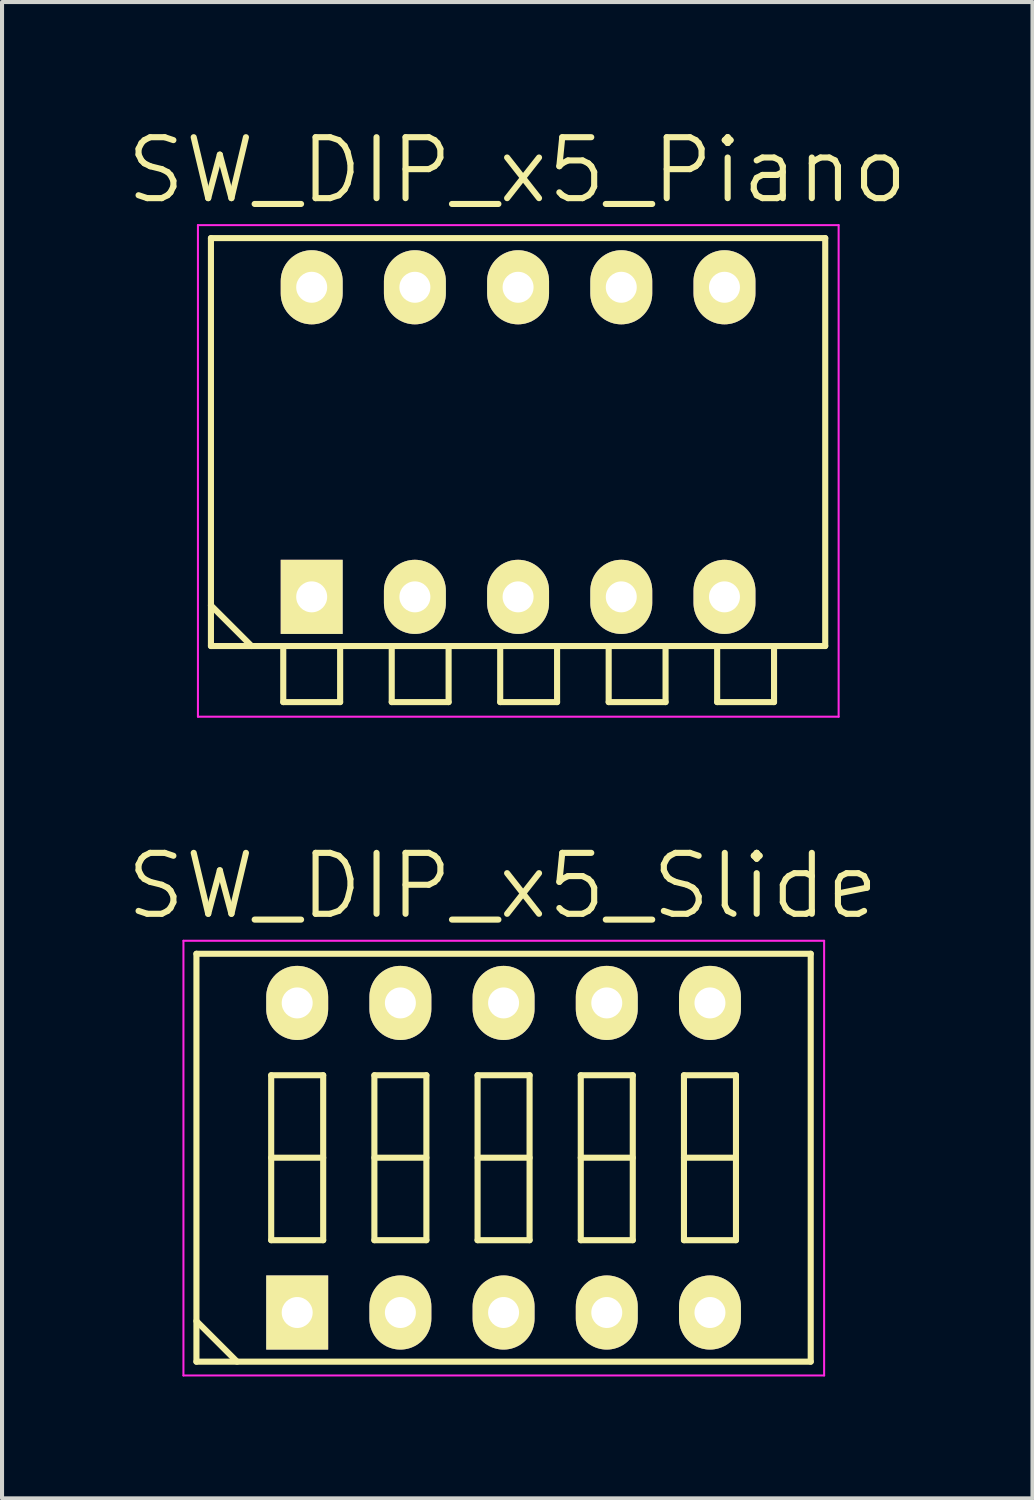
<source format=kicad_pcb>
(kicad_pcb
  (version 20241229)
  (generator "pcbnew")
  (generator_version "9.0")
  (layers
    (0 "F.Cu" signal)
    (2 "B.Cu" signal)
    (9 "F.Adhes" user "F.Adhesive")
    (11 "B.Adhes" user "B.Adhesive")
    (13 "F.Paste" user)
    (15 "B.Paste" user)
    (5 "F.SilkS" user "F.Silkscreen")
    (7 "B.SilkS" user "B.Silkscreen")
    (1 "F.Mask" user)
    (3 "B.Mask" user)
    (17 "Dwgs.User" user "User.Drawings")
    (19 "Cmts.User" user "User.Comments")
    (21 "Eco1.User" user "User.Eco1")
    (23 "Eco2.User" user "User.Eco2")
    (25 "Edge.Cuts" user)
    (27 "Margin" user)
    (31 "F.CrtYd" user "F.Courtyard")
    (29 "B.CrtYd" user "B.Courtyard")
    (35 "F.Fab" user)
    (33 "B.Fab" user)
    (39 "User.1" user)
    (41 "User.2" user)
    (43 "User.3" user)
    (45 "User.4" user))
  (footprint "SW_DIP_x5_Piano"
    (layer "F.Cu")
    (at 4.622 11.641)
    (property "Reference" "SW_DIP_x5_Piano" (at 5.06 -10.5 0) (layer "F.SilkS") (effects (font (size 1.5 1.5) (thickness 0.15))))
    (attr through_hole)
    (fp_line (start -2.48 -8.83) (end 12.64 -8.83) (stroke (width 0.15) (type solid)) (layer "F.SilkS"))
    (fp_line (start -2.48 0.21) (end -1.48 1.21) (stroke (width 0.15) (type solid)) (layer "F.SilkS"))
    (fp_line (start -2.48 1.21) (end -2.48 -8.83) (stroke (width 0.15) (type solid)) (layer "F.SilkS"))
    (fp_line (start -0.7 1.22) (end -0.7 2.59) (stroke (width 0.15) (type solid)) (layer "F.SilkS"))
    (fp_line (start -0.7 2.59) (end 0.7 2.59) (stroke (width 0.15) (type solid)) (layer "F.SilkS"))
    (fp_line (start 0.7 2.59) (end 0.7 1.22) (stroke (width 0.15) (type solid)) (layer "F.SilkS"))
    (fp_line (start 1.97 1.22) (end 1.97 2.59) (stroke (width 0.15) (type solid)) (layer "F.SilkS"))
    (fp_line (start 1.97 2.59) (end 3.37 2.59) (stroke (width 0.15) (type solid)) (layer "F.SilkS"))
    (fp_line (start 3.37 2.59) (end 3.37 1.22) (stroke (width 0.15) (type solid)) (layer "F.SilkS"))
    (fp_line (start 4.64 1.22) (end 4.64 2.59) (stroke (width 0.15) (type solid)) (layer "F.SilkS"))
    (fp_line (start 4.64 2.59) (end 6.04 2.59) (stroke (width 0.15) (type solid)) (layer "F.SilkS"))
    (fp_line (start 6.04 2.59) (end 6.04 1.22) (stroke (width 0.15) (type solid)) (layer "F.SilkS"))
    (fp_line (start 7.31 1.22) (end 7.31 2.59) (stroke (width 0.15) (type solid)) (layer "F.SilkS"))
    (fp_line (start 7.31 2.59) (end 8.71 2.59) (stroke (width 0.15) (type solid)) (layer "F.SilkS"))
    (fp_line (start 8.71 2.59) (end 8.71 1.22) (stroke (width 0.15) (type solid)) (layer "F.SilkS"))
    (fp_line (start 9.98 1.22) (end 9.98 2.59) (stroke (width 0.15) (type solid)) (layer "F.SilkS"))
    (fp_line (start 9.98 2.59) (end 11.38 2.59) (stroke (width 0.15) (type solid)) (layer "F.SilkS"))
    (fp_line (start 11.38 2.59) (end 11.38 1.22) (stroke (width 0.15) (type solid)) (layer "F.SilkS"))
    (fp_line (start 12.64 -8.83) (end 12.64 1.21) (stroke (width 0.15) (type solid)) (layer "F.SilkS"))
    (fp_line (start 12.64 1.21) (end -2.48 1.21) (stroke (width 0.15) (type solid)) (layer "F.SilkS"))
    (fp_line (start -2.8 -9.15) (end -2.8 2.95) (stroke (width 0.05) (type solid)) (layer "F.CrtYd"))
    (fp_line (start -2.8 2.95) (end 12.97 2.95) (stroke (width 0.05) (type solid)) (layer "F.CrtYd"))
    (fp_line (start 12.97 -9.15) (end -2.8 -9.15) (stroke (width 0.05) (type solid)) (layer "F.CrtYd"))
    (fp_line (start 12.97 2.95) (end 12.97 -9.15) (stroke (width 0.05) (type solid)) (layer "F.CrtYd"))
    (pad "1" thru_hole rect (at 0 0) (size 1.524 1.824) (drill 0.762) (layers "*.Cu" "*.Mask" "F.SilkS"))
    (pad "2" thru_hole oval (at 2.54 0) (size 1.524 1.824) (drill 0.762) (layers "*.Cu" "*.Mask" "F.SilkS"))
    (pad "3" thru_hole oval (at 5.08 0) (size 1.524 1.824) (drill 0.762) (layers "*.Cu" "*.Mask" "F.SilkS"))
    (pad "4" thru_hole oval (at 7.62 0) (size 1.524 1.824) (drill 0.762) (layers "*.Cu" "*.Mask" "F.SilkS"))
    (pad "5" thru_hole oval (at 10.16 0) (size 1.524 1.824) (drill 0.762) (layers "*.Cu" "*.Mask" "F.SilkS"))
    (pad "6" thru_hole oval (at 10.16 -7.62) (size 1.524 1.824) (drill 0.762) (layers "*.Cu" "*.Mask" "F.SilkS"))
    (pad "7" thru_hole oval (at 7.62 -7.62) (size 1.524 1.824) (drill 0.762) (layers "*.Cu" "*.Mask" "F.SilkS"))
    (pad "8" thru_hole oval (at 5.08 -7.62) (size 1.524 1.824) (drill 0.762) (layers "*.Cu" "*.Mask" "F.SilkS"))
    (pad "9" thru_hole oval (at 2.54 -7.62) (size 1.524 1.824) (drill 0.762) (layers "*.Cu" "*.Mask" "F.SilkS"))
    (pad "10" thru_hole oval (at 0 -7.62) (size 1.524 1.824) (drill 0.762) (layers "*.Cu" "*.Mask" "F.SilkS")))
  (footprint "SW_DIP_x5_Slide"
    (layer "F.Cu")
    (at 4.265 29.256)
    (property "Reference" "SW_DIP_x5_Slide" (at 5.06 -10.5 0) (layer "F.SilkS") (effects (font (size 1.5 1.5) (thickness 0.15))))
    (attr through_hole)
    (fp_line (start -2.48 -8.83) (end 12.64 -8.83) (stroke (width 0.15) (type solid)) (layer "F.SilkS"))
    (fp_line (start -2.48 0.21) (end -1.48 1.21) (stroke (width 0.15) (type solid)) (layer "F.SilkS"))
    (fp_line (start -2.48 1.21) (end -2.48 -8.83) (stroke (width 0.15) (type solid)) (layer "F.SilkS"))
    (fp_line (start -0.64 -5.84) (end -0.64 -1.78) (stroke (width 0.15) (type solid)) (layer "F.SilkS"))
    (fp_line (start -0.64 -3.81) (end 0.64 -3.81) (stroke (width 0.15) (type solid)) (layer "F.SilkS"))
    (fp_line (start -0.64 -1.78) (end 0.64 -1.78) (stroke (width 0.15) (type solid)) (layer "F.SilkS"))
    (fp_line (start 0.64 -5.84) (end -0.64 -5.84) (stroke (width 0.15) (type solid)) (layer "F.SilkS"))
    (fp_line (start 0.64 -1.78) (end 0.64 -5.84) (stroke (width 0.15) (type solid)) (layer "F.SilkS"))
    (fp_line (start 1.9 -5.84) (end 1.9 -1.78) (stroke (width 0.15) (type solid)) (layer "F.SilkS"))
    (fp_line (start 1.9 -3.81) (end 3.18 -3.81) (stroke (width 0.15) (type solid)) (layer "F.SilkS"))
    (fp_line (start 1.9 -1.78) (end 3.18 -1.78) (stroke (width 0.15) (type solid)) (layer "F.SilkS"))
    (fp_line (start 3.18 -5.84) (end 1.9 -5.84) (stroke (width 0.15) (type solid)) (layer "F.SilkS"))
    (fp_line (start 3.18 -1.78) (end 3.18 -5.84) (stroke (width 0.15) (type solid)) (layer "F.SilkS"))
    (fp_line (start 4.44 -5.84) (end 4.44 -1.78) (stroke (width 0.15) (type solid)) (layer "F.SilkS"))
    (fp_line (start 4.44 -3.81) (end 5.72 -3.81) (stroke (width 0.15) (type solid)) (layer "F.SilkS"))
    (fp_line (start 4.44 -1.78) (end 5.72 -1.78) (stroke (width 0.15) (type solid)) (layer "F.SilkS"))
    (fp_line (start 5.72 -5.84) (end 4.44 -5.84) (stroke (width 0.15) (type solid)) (layer "F.SilkS"))
    (fp_line (start 5.72 -1.78) (end 5.72 -5.84) (stroke (width 0.15) (type solid)) (layer "F.SilkS"))
    (fp_line (start 6.98 -5.84) (end 6.98 -1.78) (stroke (width 0.15) (type solid)) (layer "F.SilkS"))
    (fp_line (start 6.98 -3.81) (end 8.26 -3.81) (stroke (width 0.15) (type solid)) (layer "F.SilkS"))
    (fp_line (start 6.98 -1.78) (end 8.26 -1.78) (stroke (width 0.15) (type solid)) (layer "F.SilkS"))
    (fp_line (start 8.26 -5.84) (end 6.98 -5.84) (stroke (width 0.15) (type solid)) (layer "F.SilkS"))
    (fp_line (start 8.26 -1.78) (end 8.26 -5.84) (stroke (width 0.15) (type solid)) (layer "F.SilkS"))
    (fp_line (start 9.52 -5.84) (end 9.52 -1.78) (stroke (width 0.15) (type solid)) (layer "F.SilkS"))
    (fp_line (start 9.52 -3.81) (end 10.8 -3.81) (stroke (width 0.15) (type solid)) (layer "F.SilkS"))
    (fp_line (start 9.52 -1.78) (end 10.8 -1.78) (stroke (width 0.15) (type solid)) (layer "F.SilkS"))
    (fp_line (start 10.8 -5.84) (end 9.52 -5.84) (stroke (width 0.15) (type solid)) (layer "F.SilkS"))
    (fp_line (start 10.8 -1.78) (end 10.8 -5.84) (stroke (width 0.15) (type solid)) (layer "F.SilkS"))
    (fp_line (start 12.64 -8.83) (end 12.64 1.21) (stroke (width 0.15) (type solid)) (layer "F.SilkS"))
    (fp_line (start 12.64 1.21) (end -2.48 1.21) (stroke (width 0.15) (type solid)) (layer "F.SilkS"))
    (fp_line (start -2.8 -9.15) (end -2.8 1.55) (stroke (width 0.05) (type solid)) (layer "F.CrtYd"))
    (fp_line (start -2.8 1.55) (end 12.97 1.55) (stroke (width 0.05) (type solid)) (layer "F.CrtYd"))
    (fp_line (start 12.97 -9.15) (end -2.8 -9.15) (stroke (width 0.05) (type solid)) (layer "F.CrtYd"))
    (fp_line (start 12.97 1.55) (end 12.97 -9.15) (stroke (width 0.05) (type solid)) (layer "F.CrtYd"))
    (pad "1" thru_hole rect (at 0 0) (size 1.524 1.824) (drill 0.762) (layers "*.Cu" "*.Mask" "F.SilkS"))
    (pad "2" thru_hole oval (at 2.54 0) (size 1.524 1.824) (drill 0.762) (layers "*.Cu" "*.Mask" "F.SilkS"))
    (pad "3" thru_hole oval (at 5.08 0) (size 1.524 1.824) (drill 0.762) (layers "*.Cu" "*.Mask" "F.SilkS"))
    (pad "4" thru_hole oval (at 7.62 0) (size 1.524 1.824) (drill 0.762) (layers "*.Cu" "*.Mask" "F.SilkS"))
    (pad "5" thru_hole oval (at 10.16 0) (size 1.524 1.824) (drill 0.762) (layers "*.Cu" "*.Mask" "F.SilkS"))
    (pad "6" thru_hole oval (at 10.16 -7.62) (size 1.524 1.824) (drill 0.762) (layers "*.Cu" "*.Mask" "F.SilkS"))
    (pad "7" thru_hole oval (at 7.62 -7.62) (size 1.524 1.824) (drill 0.762) (layers "*.Cu" "*.Mask" "F.SilkS"))
    (pad "8" thru_hole oval (at 5.08 -7.62) (size 1.524 1.824) (drill 0.762) (layers "*.Cu" "*.Mask" "F.SilkS"))
    (pad "9" thru_hole oval (at 2.54 -7.62) (size 1.524 1.824) (drill 0.762) (layers "*.Cu" "*.Mask" "F.SilkS"))
    (pad "10" thru_hole oval (at 0 -7.62) (size 1.524 1.824) (drill 0.762) (layers "*.Cu" "*.Mask" "F.SilkS")))
  (gr_rect
    (start -3 -3)
    (end 22.364 33.831)
    (stroke (width 0.1) (type default))
    (fill no)
    (layer "Edge.Cuts")))
</source>
